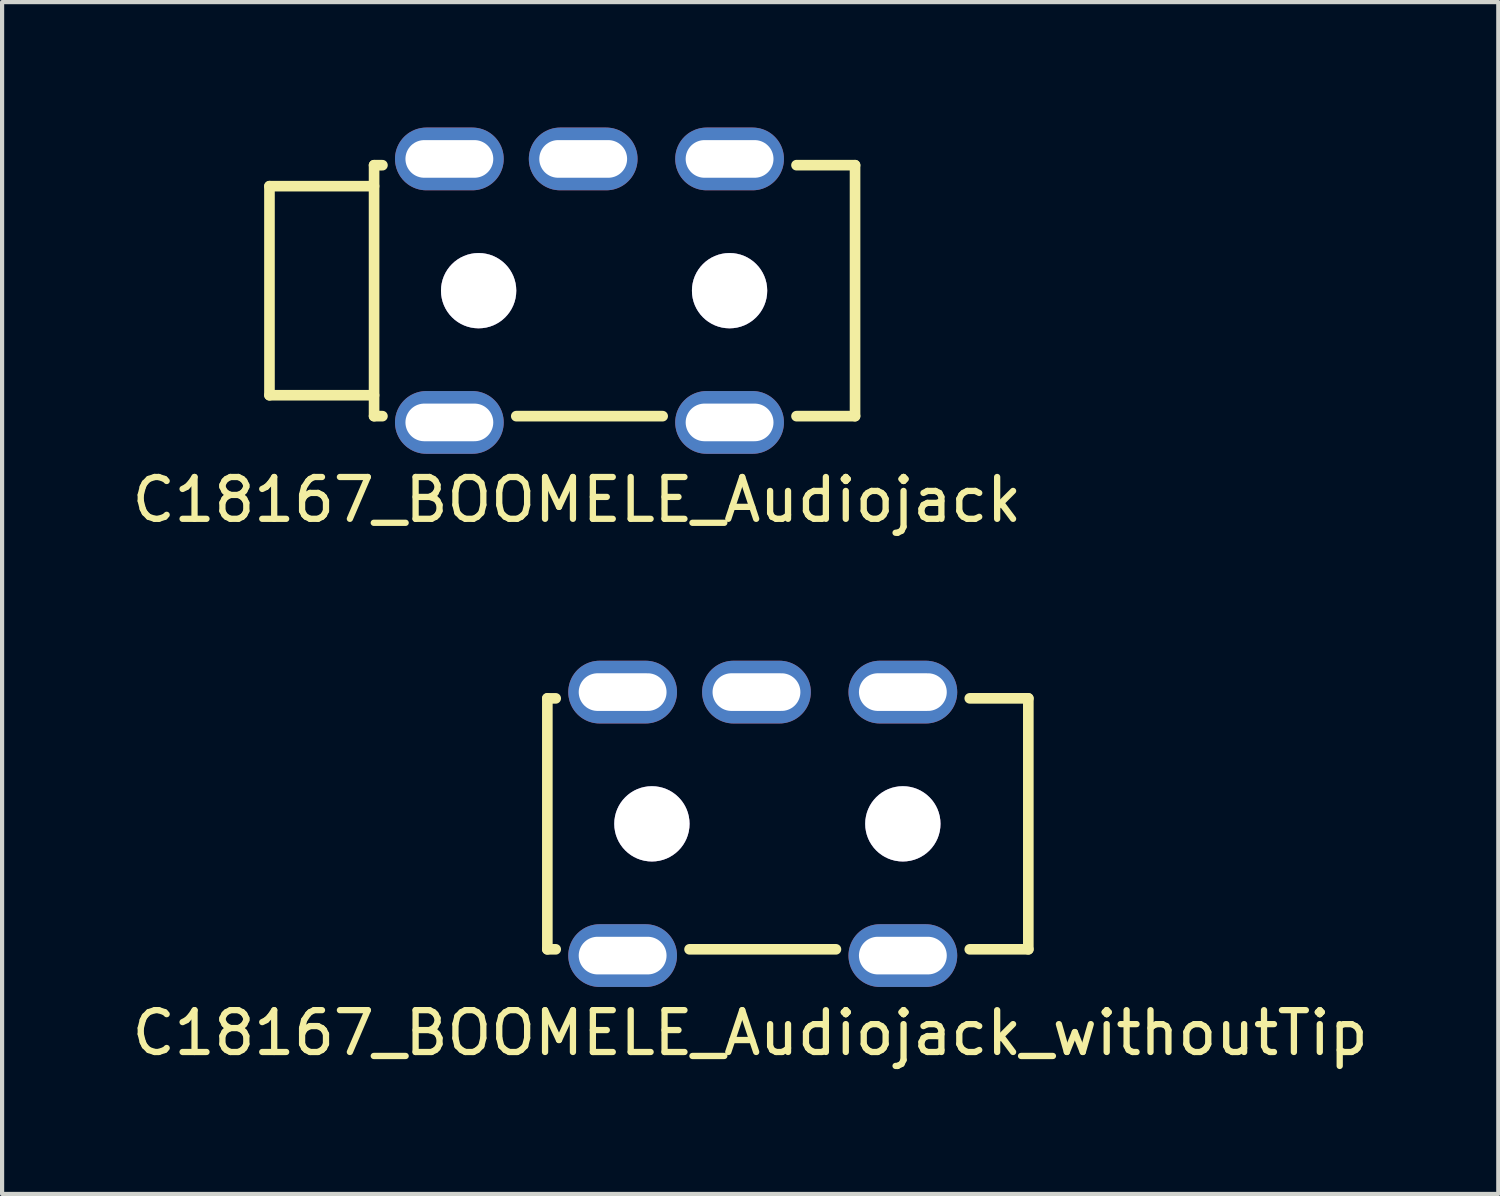
<source format=kicad_pcb>
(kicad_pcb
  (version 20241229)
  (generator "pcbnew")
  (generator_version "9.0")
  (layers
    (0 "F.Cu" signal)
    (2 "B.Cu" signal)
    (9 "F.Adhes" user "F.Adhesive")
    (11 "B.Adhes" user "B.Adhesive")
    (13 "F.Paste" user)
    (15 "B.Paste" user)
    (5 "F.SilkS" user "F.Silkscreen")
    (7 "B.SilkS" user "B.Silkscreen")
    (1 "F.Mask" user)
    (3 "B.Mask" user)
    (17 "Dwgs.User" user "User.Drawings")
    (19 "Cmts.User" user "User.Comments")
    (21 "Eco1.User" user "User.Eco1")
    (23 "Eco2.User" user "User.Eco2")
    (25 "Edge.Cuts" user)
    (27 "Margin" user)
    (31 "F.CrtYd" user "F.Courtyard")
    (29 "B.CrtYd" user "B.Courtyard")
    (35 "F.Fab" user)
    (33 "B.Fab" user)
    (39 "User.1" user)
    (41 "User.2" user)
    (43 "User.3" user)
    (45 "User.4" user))
  (footprint "C18167_BOOMELE_Audiojack_withoutTip"
    (layer "F.Cu")
    (at 10.087 16.648)
    (property "Reference" "C18167_BOOMELE_Audiojack_withoutTip" (at 4.8 5 0) (layer "F.SilkS") (effects (font (size 1 1) (thickness 0.15))))
    (attr through_hole)
    (fp_line (start -0.05 -3) (end -0.05 3) (stroke (width 0.254) (type solid)) (layer "F.SilkS"))
    (fp_line (start -0.05 -3) (end 0.15 -3) (stroke (width 0.254) (type solid)) (layer "F.SilkS"))
    (fp_line (start -0.05 3) (end 0.15 3) (stroke (width 0.254) (type solid)) (layer "F.SilkS"))
    (fp_line (start 3.35 3) (end 6.85 3) (stroke (width 0.254) (type solid)) (layer "F.SilkS"))
    (fp_line (start 10.05 -3.001) (end 11.45 -3.001) (stroke (width 0.254) (type solid)) (layer "F.SilkS"))
    (fp_line (start 10.05 3) (end 11.45 3) (stroke (width 0.254) (type solid)) (layer "F.SilkS"))
    (fp_line (start 11.45 -3) (end 11.45 3) (stroke (width 0.254) (type solid)) (layer "F.SilkS"))
    (pad "" thru_hole circle (at 2.45 0) (size 1.8 1.8) (drill 1.8) (layers "*.Cu" "*.Mask"))
    (pad "" thru_hole circle (at 8.45 0) (size 1.8 1.8) (drill 1.8) (layers "*.Cu" "*.Mask"))
    (pad "R" thru_hole oval (at 4.95 -3.15) (size 2.6 1.5) (drill oval 2.1 0.9) (layers "*.Cu" "*.Mask"))
    (pad "S" thru_hole oval (at 1.75 -3.15) (size 2.6 1.5) (drill oval 2.1 0.9) (layers "*.Cu" "*.Mask"))
    (pad "S" thru_hole oval (at 1.75 3.15) (size 2.6 1.5) (drill oval 2.1 0.9) (layers "*.Cu" "*.Mask"))
    (pad "T" thru_hole oval (at 8.45 -3.15) (size 2.6 1.5) (drill oval 2.1 0.9) (layers "*.Cu" "*.Mask"))
    (pad "T" thru_hole oval (at 8.45 3.15) (size 2.6 1.5) (drill oval 2.1 0.9) (layers "*.Cu" "*.Mask")))
  (footprint "C18167_BOOMELE_Audiojack"
    (layer "F.Cu")
    (at 5.944 3.9)
    (property "Reference" "C18167_BOOMELE_Audiojack" (at 4.8 5 0) (layer "F.SilkS") (effects (font (size 1 1) (thickness 0.15))))
    (attr through_hole)
    (fp_line (start -2.551 -2.499) (end -0.051 -2.499) (stroke (width 0.254) (type solid)) (layer "F.SilkS"))
    (fp_line (start -2.551 2.5) (end -2.551 -2.499) (stroke (width 0.254) (type solid)) (layer "F.SilkS"))
    (fp_line (start -2.55 2.5) (end -0.051 2.5) (stroke (width 0.254) (type solid)) (layer "F.SilkS"))
    (fp_line (start -0.05 -3) (end -0.05 3) (stroke (width 0.254) (type solid)) (layer "F.SilkS"))
    (fp_line (start -0.05 -3) (end 0.15 -3) (stroke (width 0.254) (type solid)) (layer "F.SilkS"))
    (fp_line (start -0.05 3) (end 0.15 3) (stroke (width 0.254) (type solid)) (layer "F.SilkS"))
    (fp_line (start 3.35 3) (end 6.85 3) (stroke (width 0.254) (type solid)) (layer "F.SilkS"))
    (fp_line (start 10.05 -3.001) (end 11.45 -3.001) (stroke (width 0.254) (type solid)) (layer "F.SilkS"))
    (fp_line (start 10.05 3) (end 11.45 3) (stroke (width 0.254) (type solid)) (layer "F.SilkS"))
    (fp_line (start 11.45 -3) (end 11.45 3) (stroke (width 0.254) (type solid)) (layer "F.SilkS"))
    (pad "" thru_hole circle (at 2.45 0) (size 1.8 1.8) (drill 1.8) (layers "*.Cu" "*.Mask"))
    (pad "" thru_hole circle (at 8.45 0) (size 1.8 1.8) (drill 1.8) (layers "*.Cu" "*.Mask"))
    (pad "R" thru_hole oval (at 4.95 -3.15) (size 2.6 1.5) (drill oval 2.1 0.9) (layers "*.Cu" "*.Mask"))
    (pad "S" thru_hole oval (at 1.75 -3.15) (size 2.6 1.5) (drill oval 2.1 0.9) (layers "*.Cu" "*.Mask"))
    (pad "S" thru_hole oval (at 1.75 3.15) (size 2.6 1.5) (drill oval 2.1 0.9) (layers "*.Cu" "*.Mask"))
    (pad "T" thru_hole oval (at 8.45 -3.15) (size 2.6 1.5) (drill oval 2.1 0.9) (layers "*.Cu" "*.Mask"))
    (pad "T" thru_hole oval (at 8.45 3.15) (size 2.6 1.5) (drill oval 2.1 0.9) (layers "*.Cu" "*.Mask")))
  (gr_rect
    (start -3 -3)
    (end 32.774 25.497)
    (stroke (width 0.1) (type default))
    (fill no)
    (layer "Edge.Cuts")))
</source>
